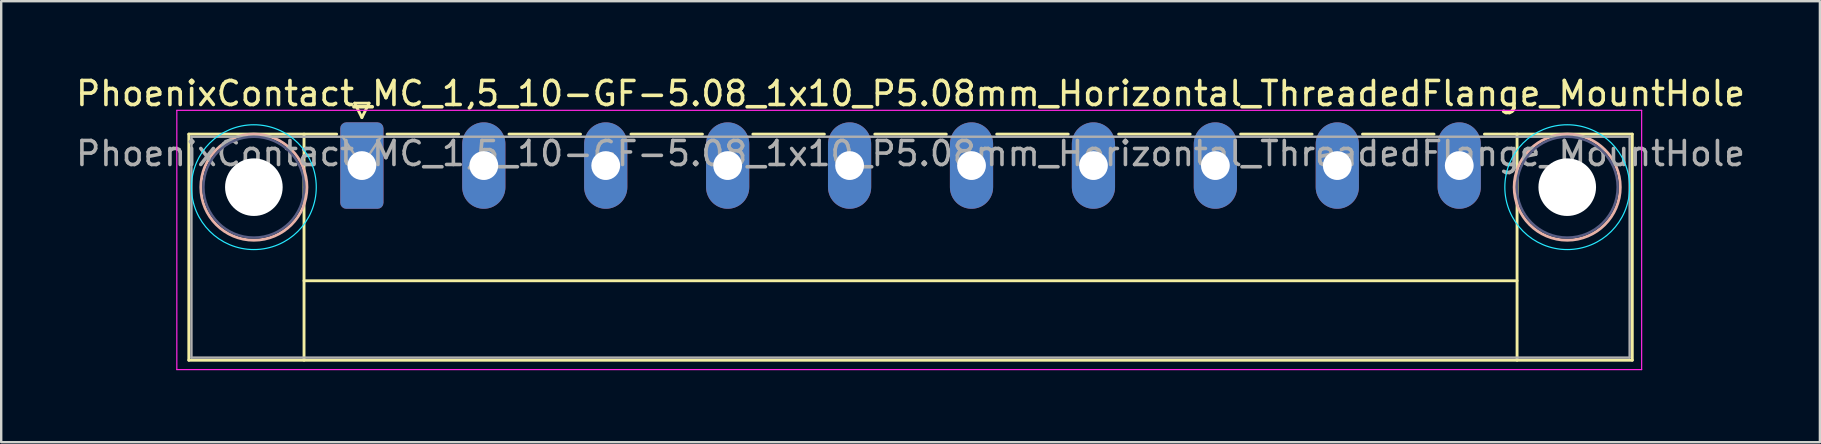
<source format=kicad_pcb>
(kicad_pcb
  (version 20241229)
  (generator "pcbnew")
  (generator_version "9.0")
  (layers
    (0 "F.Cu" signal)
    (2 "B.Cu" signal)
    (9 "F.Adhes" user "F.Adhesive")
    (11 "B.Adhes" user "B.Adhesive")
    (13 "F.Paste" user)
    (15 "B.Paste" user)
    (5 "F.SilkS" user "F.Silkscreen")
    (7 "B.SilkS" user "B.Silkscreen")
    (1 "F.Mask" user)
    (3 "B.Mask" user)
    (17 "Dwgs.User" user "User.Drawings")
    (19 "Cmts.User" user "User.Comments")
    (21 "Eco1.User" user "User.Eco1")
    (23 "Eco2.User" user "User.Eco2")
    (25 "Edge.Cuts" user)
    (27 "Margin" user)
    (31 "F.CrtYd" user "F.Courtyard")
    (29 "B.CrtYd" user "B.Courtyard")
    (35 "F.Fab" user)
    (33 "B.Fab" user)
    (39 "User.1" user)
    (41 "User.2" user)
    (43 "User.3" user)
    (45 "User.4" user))
  (footprint "PhoenixContact_MC_1,5_10-GF-5.08_1x10_P5.08mm_Horizontal_ThreadedFlange_MountHole"
    (layer "F.Cu")
    (at 12.027 3.848)
    (property "Reference" "PhoenixContact_MC_1,5_10-GF-5.08_1x10_P5.08mm_Horizontal_ThreadedFlange_MountHole" (at 22.86 -3 0) (layer "F.SilkS") (effects (font (size 1 1) (thickness 0.15))))
    (attr through_hole)
    (fp_line (start -7.21 -1.31) (end -7.21 8.11) (stroke (width 0.12) (type solid)) (layer "F.SilkS"))
    (fp_line (start -7.21 -1.31) (end -1.05 -1.31) (stroke (width 0.12) (type solid)) (layer "F.SilkS"))
    (fp_line (start -7.21 8.11) (end 52.93 8.11) (stroke (width 0.12) (type solid)) (layer "F.SilkS"))
    (fp_line (start -2.41 -1.31) (end -2.41 8.11) (stroke (width 0.12) (type solid)) (layer "F.SilkS"))
    (fp_line (start -2.41 4.8) (end 48.13 4.8) (stroke (width 0.12) (type solid)) (layer "F.SilkS"))
    (fp_line (start -0.3 -2.6) (end 0.3 -2.6) (stroke (width 0.12) (type solid)) (layer "F.SilkS"))
    (fp_line (start 0 -2) (end -0.3 -2.6) (stroke (width 0.12) (type solid)) (layer "F.SilkS"))
    (fp_line (start 0.3 -2.6) (end 0 -2) (stroke (width 0.12) (type solid)) (layer "F.SilkS"))
    (fp_line (start 1.05 -1.31) (end 4.03 -1.31) (stroke (width 0.12) (type solid)) (layer "F.SilkS"))
    (fp_line (start 6.13 -1.31) (end 9.11 -1.31) (stroke (width 0.12) (type solid)) (layer "F.SilkS"))
    (fp_line (start 11.21 -1.31) (end 14.19 -1.31) (stroke (width 0.12) (type solid)) (layer "F.SilkS"))
    (fp_line (start 16.29 -1.31) (end 19.27 -1.31) (stroke (width 0.12) (type solid)) (layer "F.SilkS"))
    (fp_line (start 21.37 -1.31) (end 24.35 -1.31) (stroke (width 0.12) (type solid)) (layer "F.SilkS"))
    (fp_line (start 26.45 -1.31) (end 29.43 -1.31) (stroke (width 0.12) (type solid)) (layer "F.SilkS"))
    (fp_line (start 31.53 -1.31) (end 34.51 -1.31) (stroke (width 0.12) (type solid)) (layer "F.SilkS"))
    (fp_line (start 36.61 -1.31) (end 39.59 -1.31) (stroke (width 0.12) (type solid)) (layer "F.SilkS"))
    (fp_line (start 41.69 -1.31) (end 44.67 -1.31) (stroke (width 0.12) (type solid)) (layer "F.SilkS"))
    (fp_line (start 48.13 -1.31) (end 48.13 8.11) (stroke (width 0.12) (type solid)) (layer "F.SilkS"))
    (fp_line (start 52.93 -1.31) (end 46.77 -1.31) (stroke (width 0.12) (type solid)) (layer "F.SilkS"))
    (fp_line (start 52.93 8.11) (end 52.93 -1.31) (stroke (width 0.12) (type solid)) (layer "F.SilkS"))
    (fp_circle (center -4.5 0.9) (end -2.29 0.9) (stroke (width 0.12) (type solid)) (fill no) (layer "B.SilkS"))
    (fp_circle (center 50.22 0.9) (end 52.43 0.9) (stroke (width 0.12) (type solid)) (fill no) (layer "B.SilkS"))
    (fp_circle (center -4.5 0.9) (end -1.9 0.9) (stroke (width 0.05) (type solid)) (fill no) (layer "B.CrtYd"))
    (fp_circle (center 50.22 0.9) (end 52.82 0.9) (stroke (width 0.05) (type solid)) (fill no) (layer "B.CrtYd"))
    (fp_line (start -7.71 -2.3) (end -7.71 8.5) (stroke (width 0.05) (type solid)) (layer "F.CrtYd"))
    (fp_line (start -7.71 8.5) (end 53.32 8.5) (stroke (width 0.05) (type solid)) (layer "F.CrtYd"))
    (fp_line (start 53.32 -2.3) (end -7.71 -2.3) (stroke (width 0.05) (type solid)) (layer "F.CrtYd"))
    (fp_line (start 53.32 8.5) (end 53.32 -2.3) (stroke (width 0.05) (type solid)) (layer "F.CrtYd"))
    (fp_circle (center -4.5 0.9) (end -2.4 0.9) (stroke (width 0.1) (type solid)) (fill no) (layer "B.Fab"))
    (fp_circle (center 50.22 0.9) (end 52.32 0.9) (stroke (width 0.1) (type solid)) (fill no) (layer "B.Fab"))
    (fp_line (start -7.1 -1.2) (end -7.1 8) (stroke (width 0.1) (type solid)) (layer "F.Fab"))
    (fp_line (start -7.1 8) (end 52.82 8) (stroke (width 0.1) (type solid)) (layer "F.Fab"))
    (fp_line (start 0 0) (end -0.8 -1.2) (stroke (width 0.1) (type solid)) (layer "F.Fab"))
    (fp_line (start 0.8 -1.2) (end 0 0) (stroke (width 0.1) (type solid)) (layer "F.Fab"))
    (fp_line (start 52.82 -1.2) (end -7.1 -1.2) (stroke (width 0.1) (type solid)) (layer "F.Fab"))
    (fp_line (start 52.82 8) (end 52.82 -1.2) (stroke (width 0.1) (type solid)) (layer "F.Fab"))
    (fp_text user "${REFERENCE}" (at 22.86 -0.5 0) (layer "F.Fab") (effects (font (size 1 1) (thickness 0.15))))
    (pad "" np_thru_hole circle (at -4.5 0.9) (size 2.4 2.4) (drill 2.4) (layers "*.Cu" "*.Mask"))
    (pad "" np_thru_hole circle (at 50.22 0.9) (size 2.4 2.4) (drill 2.4) (layers "*.Cu" "*.Mask"))
    (pad "1" thru_hole roundrect (at 0 0) (size 1.8 3.6) (drill 1.2) (layers "*.Cu" "*.Mask") (roundrect_rratio 0.139))
    (pad "2" thru_hole oval (at 5.08 0) (size 1.8 3.6) (drill 1.2) (layers "*.Cu" "*.Mask"))
    (pad "3" thru_hole oval (at 10.16 0) (size 1.8 3.6) (drill 1.2) (layers "*.Cu" "*.Mask"))
    (pad "4" thru_hole oval (at 15.24 0) (size 1.8 3.6) (drill 1.2) (layers "*.Cu" "*.Mask"))
    (pad "5" thru_hole oval (at 20.32 0) (size 1.8 3.6) (drill 1.2) (layers "*.Cu" "*.Mask"))
    (pad "6" thru_hole oval (at 25.4 0) (size 1.8 3.6) (drill 1.2) (layers "*.Cu" "*.Mask"))
    (pad "7" thru_hole oval (at 30.48 0) (size 1.8 3.6) (drill 1.2) (layers "*.Cu" "*.Mask"))
    (pad "8" thru_hole oval (at 35.56 0) (size 1.8 3.6) (drill 1.2) (layers "*.Cu" "*.Mask"))
    (pad "9" thru_hole oval (at 40.64 0) (size 1.8 3.6) (drill 1.2) (layers "*.Cu" "*.Mask"))
    (pad "10" thru_hole oval (at 45.72 0) (size 1.8 3.6) (drill 1.2) (layers "*.Cu" "*.Mask")))
  (gr_rect
    (start -3 -3)
    (end 72.774 15.373)
    (stroke (width 0.1) (type default))
    (fill no)
    (layer "Edge.Cuts")))
</source>
